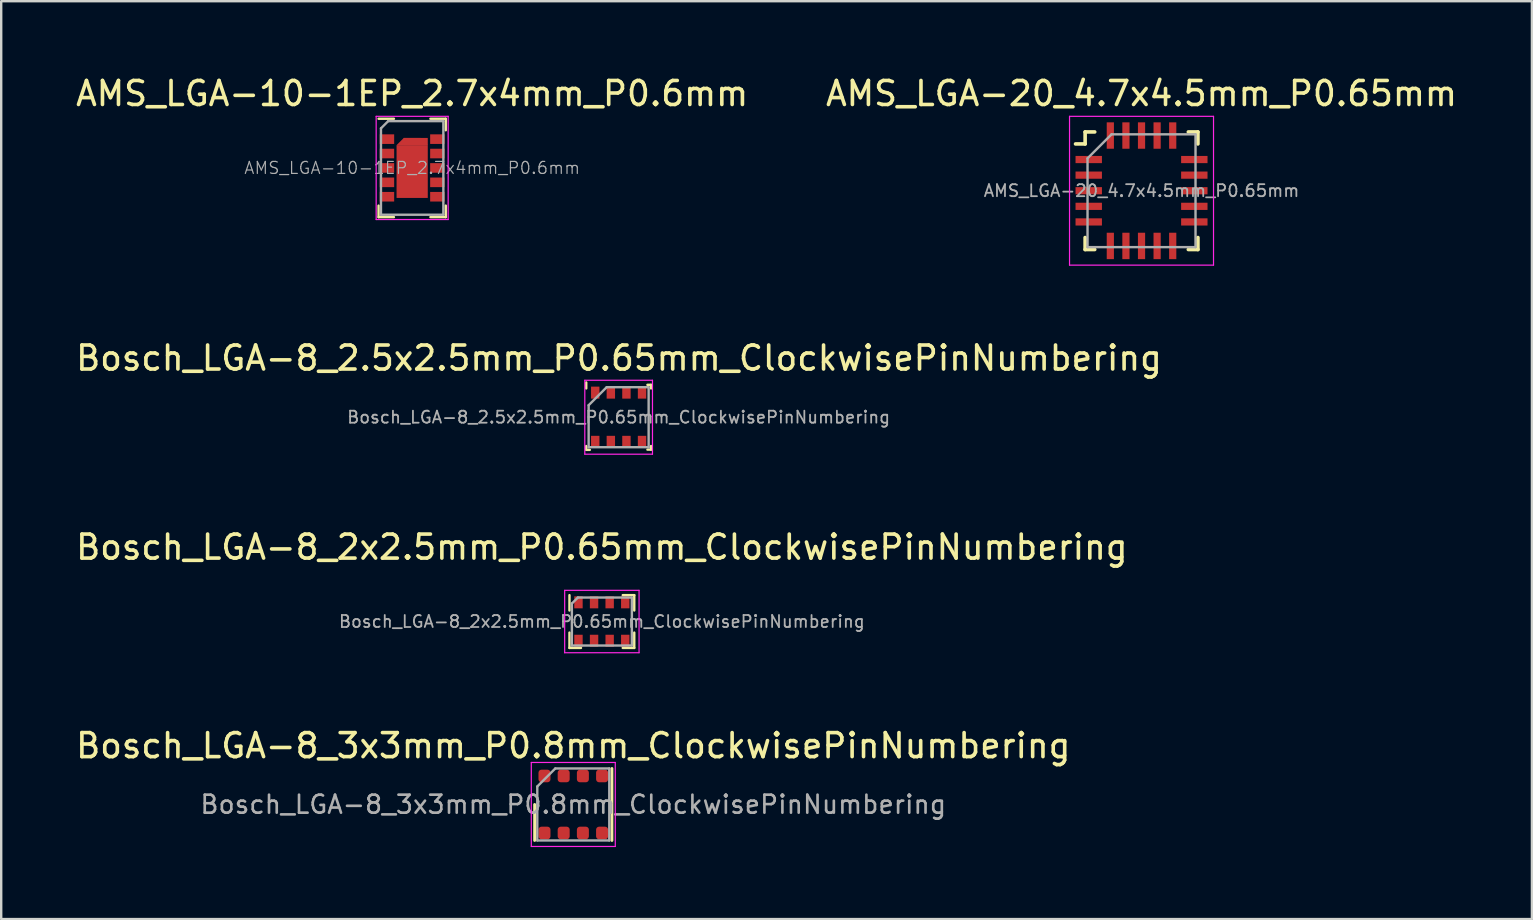
<source format=kicad_pcb>
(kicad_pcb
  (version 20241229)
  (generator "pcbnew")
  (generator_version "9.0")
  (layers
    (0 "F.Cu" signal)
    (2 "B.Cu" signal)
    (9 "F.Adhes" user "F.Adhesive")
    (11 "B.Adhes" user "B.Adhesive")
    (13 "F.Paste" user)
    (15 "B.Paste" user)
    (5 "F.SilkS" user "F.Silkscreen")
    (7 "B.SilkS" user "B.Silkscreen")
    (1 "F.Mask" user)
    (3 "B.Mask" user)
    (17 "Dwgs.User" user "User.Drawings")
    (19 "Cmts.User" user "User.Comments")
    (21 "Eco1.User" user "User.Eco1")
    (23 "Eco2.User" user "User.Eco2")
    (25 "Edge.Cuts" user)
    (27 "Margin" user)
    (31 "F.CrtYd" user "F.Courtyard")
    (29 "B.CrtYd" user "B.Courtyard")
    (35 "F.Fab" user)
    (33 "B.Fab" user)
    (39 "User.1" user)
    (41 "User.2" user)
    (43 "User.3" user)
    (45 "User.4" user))
  (footprint "Bosch_LGA-8_3x3mm_P0.8mm_ClockwisePinNumbering"
    (layer "F.Cu")
    (at 20.839 30.473)
    (property "Reference" "Bosch_LGA-8_3x3mm_P0.8mm_ClockwisePinNumbering" (at 0 -2.45 0) (layer "F.SilkS") (effects (font (size 1 1) (thickness 0.15))))
    (attr smd)
    (fp_line (start -1.61 0) (end -1.61 1.5) (stroke (width 0.12) (type solid)) (layer "F.SilkS"))
    (fp_line (start 1.61 -1.5) (end 1.61 1.5) (stroke (width 0.12) (type solid)) (layer "F.SilkS"))
    (fp_line (start -1.75 -1.75) (end -1.75 1.75) (stroke (width 0.05) (type solid)) (layer "F.CrtYd"))
    (fp_line (start -1.75 1.75) (end 1.75 1.75) (stroke (width 0.05) (type solid)) (layer "F.CrtYd"))
    (fp_line (start 1.75 -1.75) (end -1.75 -1.75) (stroke (width 0.05) (type solid)) (layer "F.CrtYd"))
    (fp_line (start 1.75 1.75) (end 1.75 -1.75) (stroke (width 0.05) (type solid)) (layer "F.CrtYd"))
    (fp_line (start -1.5 -0.75) (end -0.75 -1.5) (stroke (width 0.1) (type solid)) (layer "F.Fab"))
    (fp_line (start -1.5 1.5) (end -1.5 -0.75) (stroke (width 0.1) (type solid)) (layer "F.Fab"))
    (fp_line (start -0.75 -1.5) (end 1.5 -1.5) (stroke (width 0.1) (type solid)) (layer "F.Fab"))
    (fp_line (start 1.5 -1.5) (end 1.5 1.5) (stroke (width 0.1) (type solid)) (layer "F.Fab"))
    (fp_line (start 1.5 1.5) (end -1.5 1.5) (stroke (width 0.1) (type solid)) (layer "F.Fab"))
    (fp_text user "${REFERENCE}" (at 0 0 0) (layer "F.Fab") (effects (font (size 0.75 0.75) (thickness 0.11))))
    (pad "1" smd roundrect (at -1.2 -1.188) (size 0.5 0.525) (layers "F.Cu" "F.Mask" "F.Paste") (roundrect_rratio 0.25))
    (pad "2" smd roundrect (at -0.4 -1.188) (size 0.5 0.525) (layers "F.Cu" "F.Mask" "F.Paste") (roundrect_rratio 0.25))
    (pad "3" smd roundrect (at 0.4 -1.188) (size 0.5 0.525) (layers "F.Cu" "F.Mask" "F.Paste") (roundrect_rratio 0.25))
    (pad "4" smd roundrect (at 1.2 -1.188) (size 0.5 0.525) (layers "F.Cu" "F.Mask" "F.Paste") (roundrect_rratio 0.25))
    (pad "5" smd roundrect (at 1.2 1.188) (size 0.5 0.525) (layers "F.Cu" "F.Mask" "F.Paste") (roundrect_rratio 0.25))
    (pad "6" smd roundrect (at 0.4 1.188) (size 0.5 0.525) (layers "F.Cu" "F.Mask" "F.Paste") (roundrect_rratio 0.25))
    (pad "7" smd roundrect (at -0.4 1.188) (size 0.5 0.525) (layers "F.Cu" "F.Mask" "F.Paste") (roundrect_rratio 0.25))
    (pad "8" smd roundrect (at -1.2 1.188) (size 0.5 0.525) (layers "F.Cu" "F.Mask" "F.Paste") (roundrect_rratio 0.25)))
  (footprint "AMS_LGA-20_4.7x4.5mm_P0.65mm"
    (layer "F.Cu")
    (at 44.518 4.898)
    (property "Reference" "AMS_LGA-20_4.7x4.5mm_P0.65mm" (at 0 -4.05 0) (layer "F.SilkS") (effects (font (size 1 1) (thickness 0.15))))
    (attr smd)
    (fp_line (start -2.75 -1.95) (end -2.35 -1.95) (stroke (width 0.15) (type solid)) (layer "F.SilkS"))
    (fp_line (start -2.35 -2.45) (end -1.95 -2.45) (stroke (width 0.15) (type solid)) (layer "F.SilkS"))
    (fp_line (start -2.35 -1.95) (end -2.35 -2.45) (stroke (width 0.15) (type solid)) (layer "F.SilkS"))
    (fp_line (start -2.35 2.45) (end -2.35 1.95) (stroke (width 0.15) (type solid)) (layer "F.SilkS"))
    (fp_line (start -1.95 2.45) (end -2.35 2.45) (stroke (width 0.15) (type solid)) (layer "F.SilkS"))
    (fp_line (start 1.95 -2.45) (end 2.35 -2.45) (stroke (width 0.15) (type solid)) (layer "F.SilkS"))
    (fp_line (start 1.95 2.45) (end 2.35 2.45) (stroke (width 0.15) (type solid)) (layer "F.SilkS"))
    (fp_line (start 2.35 -2.45) (end 2.35 -1.95) (stroke (width 0.15) (type solid)) (layer "F.SilkS"))
    (fp_line (start 2.35 2.45) (end 2.35 1.95) (stroke (width 0.15) (type solid)) (layer "F.SilkS"))
    (fp_line (start -3 -3.1) (end 3 -3.1) (stroke (width 0.05) (type solid)) (layer "F.CrtYd"))
    (fp_line (start -3 3.1) (end -3 -3.1) (stroke (width 0.05) (type solid)) (layer "F.CrtYd"))
    (fp_line (start 3 -3.1) (end 3 3.1) (stroke (width 0.05) (type solid)) (layer "F.CrtYd"))
    (fp_line (start 3 3.1) (end -3 3.1) (stroke (width 0.05) (type solid)) (layer "F.CrtYd"))
    (fp_line (start -2.25 -1.35) (end -1.25 -2.35) (stroke (width 0.1) (type solid)) (layer "F.Fab"))
    (fp_line (start -2.25 2.35) (end -2.25 -1.35) (stroke (width 0.1) (type solid)) (layer "F.Fab"))
    (fp_line (start -1.25 -2.35) (end 2.25 -2.35) (stroke (width 0.1) (type solid)) (layer "F.Fab"))
    (fp_line (start 2.25 -2.35) (end 2.25 2.35) (stroke (width 0.1) (type solid)) (layer "F.Fab"))
    (fp_line (start 2.25 2.35) (end -2.25 2.35) (stroke (width 0.1) (type solid)) (layer "F.Fab"))
    (fp_text user "${REFERENCE}" (at 0 0 0) (layer "F.Fab") (effects (font (size 0.5 0.5) (thickness 0.075))))
    (pad "1" smd rect (at -2.2 -1.3 90) (size 0.3 1.1) (layers "F.Cu" "F.Mask" "F.Paste"))
    (pad "2" smd rect (at -2.2 -0.65 90) (size 0.3 1.1) (layers "F.Cu" "F.Mask" "F.Paste"))
    (pad "3" smd rect (at -2.2 0 90) (size 0.3 1.1) (layers "F.Cu" "F.Mask" "F.Paste"))
    (pad "4" smd rect (at -2.2 0.65 90) (size 0.3 1.1) (layers "F.Cu" "F.Mask" "F.Paste"))
    (pad "5" smd rect (at -2.2 1.3 90) (size 0.3 1.1) (layers "F.Cu" "F.Mask" "F.Paste"))
    (pad "6" smd rect (at -1.3 2.3) (size 0.3 1.1) (layers "F.Cu" "F.Mask" "F.Paste"))
    (pad "7" smd rect (at -0.65 2.3) (size 0.3 1.1) (layers "F.Cu" "F.Mask" "F.Paste"))
    (pad "8" smd rect (at 0 2.3) (size 0.3 1.1) (layers "F.Cu" "F.Mask" "F.Paste"))
    (pad "9" smd rect (at 0.65 2.3) (size 0.3 1.1) (layers "F.Cu" "F.Mask" "F.Paste"))
    (pad "10" smd rect (at 1.3 2.3) (size 0.3 1.1) (layers "F.Cu" "F.Mask" "F.Paste"))
    (pad "11" smd rect (at 2.2 1.3 90) (size 0.3 1.1) (layers "F.Cu" "F.Mask" "F.Paste"))
    (pad "12" smd rect (at 2.2 0.65 90) (size 0.3 1.1) (layers "F.Cu" "F.Mask" "F.Paste"))
    (pad "13" smd rect (at 2.2 0 90) (size 0.3 1.1) (layers "F.Cu" "F.Mask" "F.Paste"))
    (pad "14" smd rect (at 2.2 -0.65 90) (size 0.3 1.1) (layers "F.Cu" "F.Mask" "F.Paste"))
    (pad "15" smd rect (at 2.2 -1.3 90) (size 0.3 1.1) (layers "F.Cu" "F.Mask" "F.Paste"))
    (pad "16" smd rect (at 1.3 -2.3) (size 0.3 1.1) (layers "F.Cu" "F.Mask" "F.Paste"))
    (pad "17" smd rect (at 0.65 -2.3) (size 0.3 1.1) (layers "F.Cu" "F.Mask" "F.Paste"))
    (pad "18" smd rect (at 0 -2.3) (size 0.3 1.1) (layers "F.Cu" "F.Mask" "F.Paste"))
    (pad "19" smd rect (at -0.65 -2.3) (size 0.3 1.1) (layers "F.Cu" "F.Mask" "F.Paste"))
    (pad "20" smd rect (at -1.3 -2.3) (size 0.3 1.1) (layers "F.Cu" "F.Mask" "F.Paste")))
  (footprint "AMS_LGA-10-1EP_2.7x4mm_P0.6mm"
    (layer "F.Cu")
    (at 14.125 3.948)
    (property "Reference" "AMS_LGA-10-1EP_2.7x4mm_P0.6mm" (at 0 -3.1 0) (layer "F.SilkS") (effects (font (size 1 1) (thickness 0.15))))
    (attr smd)
    (fp_line (start -1.4 -2.05) (end -0.76 -2.05) (stroke (width 0.1) (type solid)) (layer "F.SilkS"))
    (fp_line (start -1.4 1.57) (end -1.4 2.05) (stroke (width 0.1) (type solid)) (layer "F.SilkS"))
    (fp_line (start -1.4 2.05) (end -0.76 2.05) (stroke (width 0.1) (type solid)) (layer "F.SilkS"))
    (fp_line (start 0.76 -2.05) (end 1.4 -2.05) (stroke (width 0.1) (type solid)) (layer "F.SilkS"))
    (fp_line (start 0.76 2.05) (end 1.4 2.05) (stroke (width 0.1) (type solid)) (layer "F.SilkS"))
    (fp_line (start 1.4 -2.05) (end 1.4 -1.57) (stroke (width 0.1) (type solid)) (layer "F.SilkS"))
    (fp_line (start 1.4 1.57) (end 1.4 2.05) (stroke (width 0.1) (type solid)) (layer "F.SilkS"))
    (fp_line (start -1.5 -2.15) (end 1.5 -2.15) (stroke (width 0.05) (type solid)) (layer "F.CrtYd"))
    (fp_line (start -1.5 2.15) (end -1.5 -2.15) (stroke (width 0.05) (type solid)) (layer "F.CrtYd"))
    (fp_line (start 1.5 -2.15) (end 1.5 2.15) (stroke (width 0.05) (type solid)) (layer "F.CrtYd"))
    (fp_line (start 1.5 2.15) (end -1.5 2.15) (stroke (width 0.05) (type solid)) (layer "F.CrtYd"))
    (fp_line (start -1.3 -1.65) (end -1 -1.95) (stroke (width 0.1) (type solid)) (layer "F.Fab"))
    (fp_line (start -1.3 1.95) (end -1.3 -1.65) (stroke (width 0.1) (type solid)) (layer "F.Fab"))
    (fp_line (start -1 -1.95) (end 1.3 -1.95) (stroke (width 0.1) (type solid)) (layer "F.Fab"))
    (fp_line (start 1.3 -1.95) (end 1.3 1.95) (stroke (width 0.1) (type solid)) (layer "F.Fab"))
    (fp_line (start 1.3 1.95) (end -1.3 1.95) (stroke (width 0.1) (type solid)) (layer "F.Fab"))
    (fp_text user "${REFERENCE}" (at 0 0 0) (layer "F.Fab") (effects (font (size 0.5 0.5) (thickness 0.05))))
    (pad "1" smd rect (at -1.05 -1.2) (size 0.6 0.4) (layers "F.Cu" "F.Mask" "F.Paste"))
    (pad "2" smd rect (at -1.05 -0.6) (size 0.6 0.4) (layers "F.Cu" "F.Mask" "F.Paste"))
    (pad "3" smd rect (at -1.05 0) (size 0.6 0.4) (layers "F.Cu" "F.Mask" "F.Paste"))
    (pad "4" smd rect (at -1.05 0.6) (size 0.6 0.4) (layers "F.Cu" "F.Mask" "F.Paste"))
    (pad "5" smd rect (at -1.05 1.2) (size 0.6 0.4) (layers "F.Cu" "F.Mask" "F.Paste"))
    (pad "6" smd rect (at 1.05 1.2) (size 0.6 0.4) (layers "F.Cu" "F.Mask" "F.Paste"))
    (pad "7" smd rect (at 1.05 0.6) (size 0.6 0.4) (layers "F.Cu" "F.Mask" "F.Paste"))
    (pad "8" smd rect (at 1.05 0) (size 0.6 0.4) (layers "F.Cu" "F.Mask" "F.Paste"))
    (pad "9" smd rect (at 1.05 -0.6) (size 0.6 0.4) (layers "F.Cu" "F.Mask" "F.Paste"))
    (pad "10" smd rect (at 1.05 -1.2) (size 0.6 0.4) (layers "F.Cu" "F.Mask" "F.Paste"))
    (pad "11" smd trapezoid (at 0 -1.1) (size 1 0.3) (rect_delta 0 0.3) (layers "F.Cu" "F.Mask" "F.Paste"))
    (pad "11" smd rect (at 0 0.15) (size 1.3 2.2) (layers "F.Cu" "F.Mask" "F.Paste"))
    (pad "11" smd rect (at 0.15 -1.1) (size 1 0.3) (layers "F.Cu" "F.Mask" "F.Paste")))
  (footprint "Bosch_LGA-8_2.5x2.5mm_P0.65mm_ClockwisePinNumbering"
    (layer "F.Cu")
    (at 22.729 14.336)
    (property "Reference" "Bosch_LGA-8_2.5x2.5mm_P0.65mm_ClockwisePinNumbering" (at 0.015 -2.465 0) (layer "F.SilkS") (effects (font (size 1 1) (thickness 0.15))))
    (attr smd)
    (fp_line (start -1.35 -1.2) (end -1.35 -1.45) (stroke (width 0.1) (type solid)) (layer "F.SilkS"))
    (fp_line (start -1.35 1.35) (end -1.35 1.2) (stroke (width 0.1) (type solid)) (layer "F.SilkS"))
    (fp_line (start -1.35 1.36) (end -1.2 1.36) (stroke (width 0.1) (type solid)) (layer "F.SilkS"))
    (fp_line (start 1.2 -1.35) (end 1.35 -1.35) (stroke (width 0.1) (type solid)) (layer "F.SilkS"))
    (fp_line (start 1.35 -1.35) (end 1.35 -1.2) (stroke (width 0.1) (type solid)) (layer "F.SilkS"))
    (fp_line (start 1.35 1.35) (end 1.2 1.35) (stroke (width 0.1) (type solid)) (layer "F.SilkS"))
    (fp_line (start 1.35 1.35) (end 1.35 1.2) (stroke (width 0.1) (type solid)) (layer "F.SilkS"))
    (fp_line (start -1.41 -1.54) (end 1.41 -1.54) (stroke (width 0.05) (type solid)) (layer "F.CrtYd"))
    (fp_line (start -1.41 1.54) (end -1.41 -1.54) (stroke (width 0.05) (type solid)) (layer "F.CrtYd"))
    (fp_line (start 1.41 -1.54) (end 1.41 1.54) (stroke (width 0.05) (type solid)) (layer "F.CrtYd"))
    (fp_line (start 1.41 1.54) (end -1.41 1.54) (stroke (width 0.05) (type solid)) (layer "F.CrtYd"))
    (fp_line (start -1.25 -0.5) (end -0.5 -1.25) (stroke (width 0.1) (type solid)) (layer "F.Fab"))
    (fp_line (start -1.25 1.25) (end -1.25 -0.5) (stroke (width 0.1) (type solid)) (layer "F.Fab"))
    (fp_line (start -0.5 -1.25) (end 1.25 -1.25) (stroke (width 0.1) (type solid)) (layer "F.Fab"))
    (fp_line (start 1.25 -1.25) (end 1.25 1.25) (stroke (width 0.1) (type solid)) (layer "F.Fab"))
    (fp_line (start 1.25 1.25) (end -1.25 1.25) (stroke (width 0.1) (type solid)) (layer "F.Fab"))
    (fp_text user "${REFERENCE}" (at 0 0 180) (layer "F.Fab") (effects (font (size 0.5 0.5) (thickness 0.075))))
    (pad "1" smd rect (at -0.975 -1.025 90) (size 0.5 0.35) (layers "F.Cu" "F.Mask" "F.Paste"))
    (pad "2" smd rect (at -0.325 -1.025 90) (size 0.5 0.35) (layers "F.Cu" "F.Mask" "F.Paste"))
    (pad "3" smd rect (at 0.325 -1.025 90) (size 0.5 0.35) (layers "F.Cu" "F.Mask" "F.Paste"))
    (pad "4" smd rect (at 0.975 -1.025 90) (size 0.5 0.35) (layers "F.Cu" "F.Mask" "F.Paste"))
    (pad "5" smd rect (at 0.975 1.025 90) (size 0.5 0.35) (layers "F.Cu" "F.Mask" "F.Paste"))
    (pad "6" smd rect (at 0.325 1.025 90) (size 0.5 0.35) (layers "F.Cu" "F.Mask" "F.Paste"))
    (pad "7" smd rect (at -0.325 1.025 90) (size 0.5 0.35) (layers "F.Cu" "F.Mask" "F.Paste"))
    (pad "8" smd rect (at -0.975 1.025 90) (size 0.5 0.35) (layers "F.Cu" "F.Mask" "F.Paste")))
  (footprint "Bosch_LGA-8_2x2.5mm_P0.65mm_ClockwisePinNumbering"
    (layer "F.Cu")
    (at 22.03 22.85)
    (property "Reference" "Bosch_LGA-8_2x2.5mm_P0.65mm_ClockwisePinNumbering" (at 0 -3.1 0) (layer "F.SilkS") (effects (font (size 1 1) (thickness 0.15))))
    (attr smd)
    (fp_line (start -1.35 -0.46) (end -1.35 -1.1) (stroke (width 0.1) (type solid)) (layer "F.SilkS"))
    (fp_line (start -1.35 1.1) (end -1.35 0.46) (stroke (width 0.1) (type solid)) (layer "F.SilkS"))
    (fp_line (start -1.35 1.1) (end -0.87 1.1) (stroke (width 0.1) (type solid)) (layer "F.SilkS"))
    (fp_line (start 0.87 -1.1) (end 1.35 -1.1) (stroke (width 0.1) (type solid)) (layer "F.SilkS"))
    (fp_line (start 0.87 1.1) (end 1.35 1.1) (stroke (width 0.1) (type solid)) (layer "F.SilkS"))
    (fp_line (start 1.35 -0.46) (end 1.35 -1.1) (stroke (width 0.1) (type solid)) (layer "F.SilkS"))
    (fp_line (start 1.35 1.1) (end 1.35 0.46) (stroke (width 0.1) (type solid)) (layer "F.SilkS"))
    (fp_line (start -1.55 -1.3) (end 1.55 -1.3) (stroke (width 0.05) (type solid)) (layer "F.CrtYd"))
    (fp_line (start -1.55 1.3) (end -1.55 -1.3) (stroke (width 0.05) (type solid)) (layer "F.CrtYd"))
    (fp_line (start 1.55 -1.3) (end 1.55 1.3) (stroke (width 0.05) (type solid)) (layer "F.CrtYd"))
    (fp_line (start 1.55 1.3) (end -1.55 1.3) (stroke (width 0.05) (type solid)) (layer "F.CrtYd"))
    (fp_line (start -1.25 1) (end -1.25 -0.75) (stroke (width 0.1) (type solid)) (layer "F.Fab"))
    (fp_line (start -1.25 1) (end 1.25 1) (stroke (width 0.1) (type solid)) (layer "F.Fab"))
    (fp_line (start -1 -1) (end -1.25 -0.75) (stroke (width 0.1) (type solid)) (layer "F.Fab"))
    (fp_line (start 1.25 -1) (end -1 -1) (stroke (width 0.1) (type solid)) (layer "F.Fab"))
    (fp_line (start 1.25 -1) (end 1.25 1) (stroke (width 0.1) (type solid)) (layer "F.Fab"))
    (fp_text user "${REFERENCE}" (at 0 0 0) (layer "F.Fab") (effects (font (size 0.5 0.5) (thickness 0.075))))
    (pad "1" smd rect (at -0.975 -0.8 90) (size 0.5 0.35) (layers "F.Cu" "F.Mask" "F.Paste"))
    (pad "2" smd rect (at -0.325 -0.8 90) (size 0.5 0.35) (layers "F.Cu" "F.Mask" "F.Paste"))
    (pad "3" smd rect (at 0.325 -0.8 90) (size 0.5 0.35) (layers "F.Cu" "F.Mask" "F.Paste"))
    (pad "4" smd rect (at 0.975 -0.8 90) (size 0.5 0.35) (layers "F.Cu" "F.Mask" "F.Paste"))
    (pad "5" smd rect (at 0.975 0.8 90) (size 0.5 0.35) (layers "F.Cu" "F.Mask" "F.Paste"))
    (pad "6" smd rect (at 0.325 0.8 90) (size 0.5 0.35) (layers "F.Cu" "F.Mask" "F.Paste"))
    (pad "7" smd rect (at -0.325 0.8 90) (size 0.5 0.35) (layers "F.Cu" "F.Mask" "F.Paste"))
    (pad "8" smd rect (at -0.975 0.8 90) (size 0.5 0.35) (layers "F.Cu" "F.Mask" "F.Paste")))
  (gr_rect
    (start -3 -3)
    (end 60.786 35.248)
    (stroke (width 0.1) (type default))
    (fill no)
    (layer "Edge.Cuts")))
</source>
